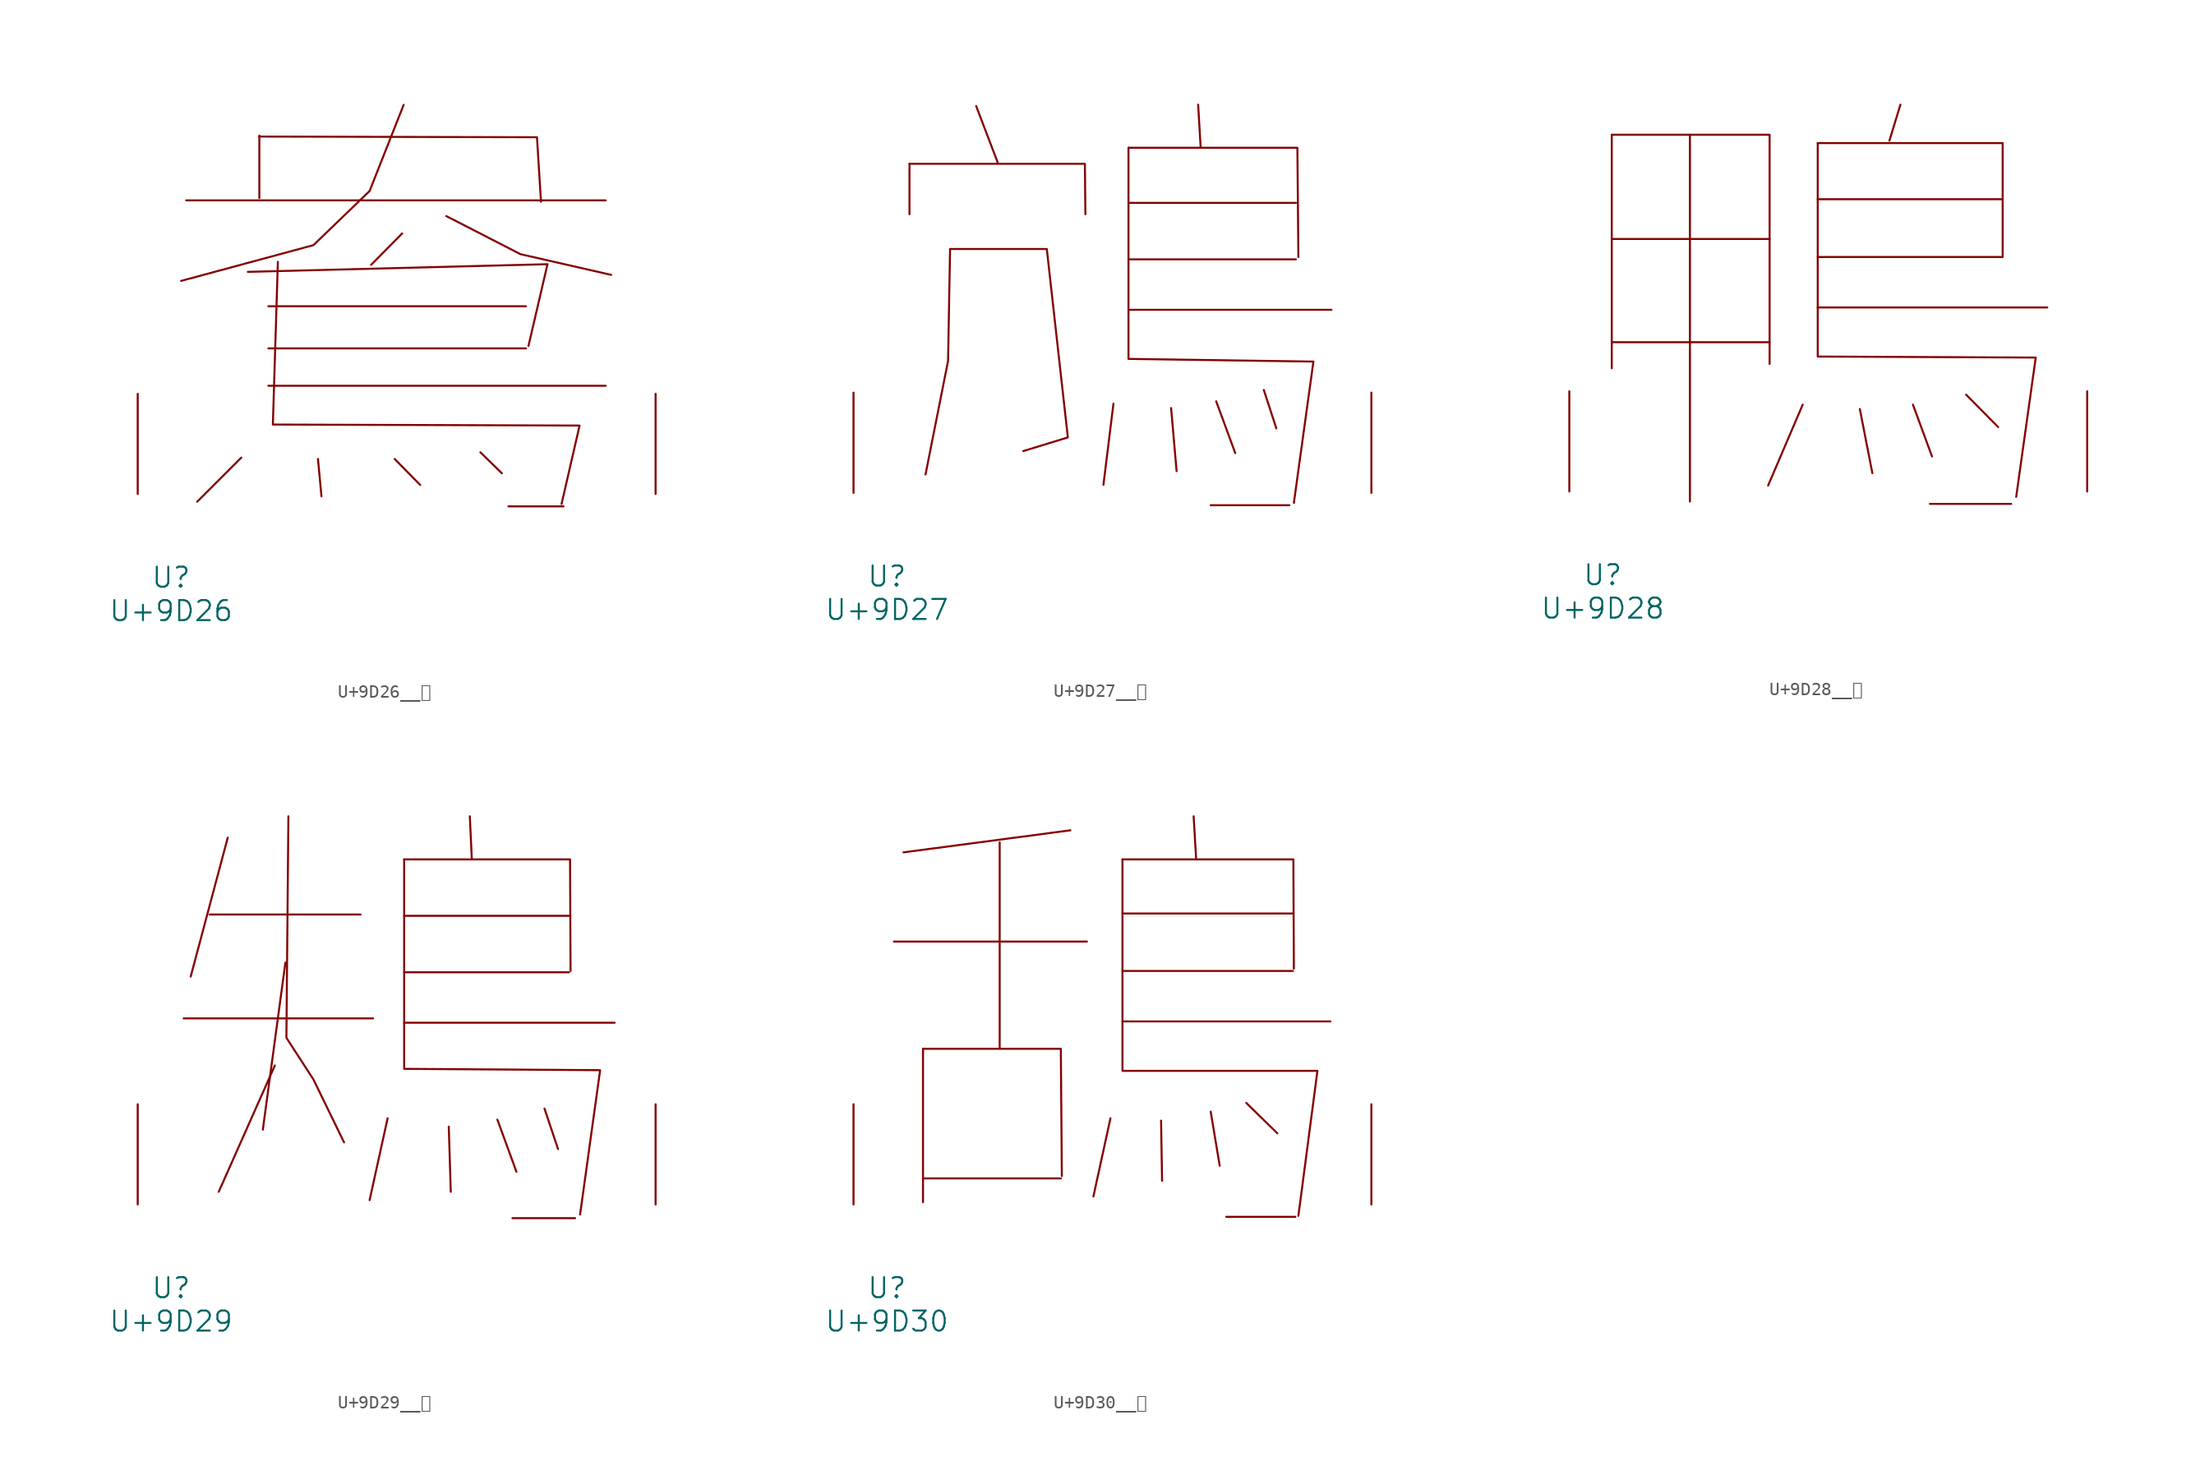
<source format=kicad_sym>
(kicad_symbol_lib
  (version 20231120)
  (generator "kicad_symbol_editor")
  (generator_version "8.0")
  (symbol "U+9D26__鴦"
    (pin_names
      (offset 1.016))
    (property "Reference" "U"
      (at 0 -6.35 0)
      (effects (font (size 1.524 1.524))))
    (property "Value" "U+9D26"
      (at 0 -8.89 0)
      (effects (font (size 1.524 1.524))))
    (symbol "U+9D26__鴦_0_1"
      (polyline (pts (xy 1.143 22.327) (xy 33.033 22.327)) (stroke (width 0) (type solid)) (fill (type none)))
      (polyline (pts (xy 5.334 2.769) (xy 1.981 -0.584)) (stroke (width 0) (type solid)) (fill (type none)))
      (polyline (pts (xy 6.706 27.254) (xy 6.706 22.504)) (stroke (width 0) (type solid)) (fill (type none)))
      (polyline (pts (xy 7.391 8.23) (xy 33.033 8.23)) (stroke (width 0) (type solid)) (fill (type none)))
      (polyline (pts (xy 7.391 11.074) (xy 26.975 11.074)) (stroke (width 0) (type solid)) (fill (type none)))
      (polyline (pts (xy 7.391 14.275) (xy 26.975 14.275)) (stroke (width 0) (type solid)) (fill (type none)))
      (polyline (pts (xy 11.163 2.667) (xy 11.43 -0.178)) (stroke (width 0) (type solid)) (fill (type none)))
      (polyline (pts (xy 16.993 2.667) (xy 18.936 0.686)) (stroke (width 0) (type solid)) (fill (type none)))
      (polyline (pts (xy 17.564 19.812) (xy 15.202 17.424)) (stroke (width 0) (type solid)) (fill (type none)))
      (polyline (pts (xy 23.508 3.175) (xy 25.146 1.575)) (stroke (width 0) (type solid)) (fill (type none)))
      (polyline (pts (xy 25.641 -0.94) (xy 29.832 -0.94)) (stroke (width 0) (type solid)) (fill (type none)))
      (polyline (pts (xy 5.829 16.891) (xy 28.613 17.475) (xy 27.165 11.252)) (stroke (width 0) (type solid)) (fill (type none)))
      (polyline (pts (xy 6.706 27.178) (xy 27.813 27.127) (xy 28.118 22.225)) (stroke (width 0) (type solid)) (fill (type none)))
      (polyline (pts (xy 20.917 21.133) (xy 26.556 18.237) (xy 33.452 16.662)) (stroke (width 0) (type solid)) (fill (type none)))
      (polyline (pts (xy 8.115 17.653) (xy 7.734 5.283) (xy 31.052 5.207) (xy 29.68 -0.762)) (stroke (width 0) (type solid)) (fill (type none)))
      (polyline (pts (xy 17.678 29.591) (xy 15.088 23.038) (xy 10.82 18.923) (xy 0.762 16.205)) (stroke (width 0) (type solid)) (fill (type none)))
      (pin input line (at -2.54 0 90) (length 7.62) (name "~" (effects (font (size 1.27 1.27)))) (number "~" (effects (font (size 1.27 1.27)))))
      (pin input line (at 36.83 0 90) (length 7.62) (name "~" (effects (font (size 1.27 1.27)))) (number "~" (effects (font (size 1.27 1.27)))))))
  (symbol "U+9D27__鴧"
    (pin_names
      (offset 1.016))
    (property "Reference" "U"
      (at 0 -6.35 0)
      (effects (font (size 1.524 1.524))))
    (property "Value" "U+9D27"
      (at 0 -8.89 0)
      (effects (font (size 1.524 1.524))))
    (symbol "U+9D27__鴧_0_1"
      (polyline (pts (xy 1.714 25.019) (xy 1.714 21.184)) (stroke (width 0) (type solid)) (fill (type none)))
      (polyline (pts (xy 6.782 29.413) (xy 8.42 25.121)) (stroke (width 0) (type solid)) (fill (type none)))
      (polyline (pts (xy 17.221 6.782) (xy 16.459 0.61)) (stroke (width 0) (type solid)) (fill (type none)))
      (polyline (pts (xy 18.364 13.919) (xy 33.795 13.919)) (stroke (width 0) (type solid)) (fill (type none)))
      (polyline (pts (xy 18.364 17.755) (xy 31.09 17.755)) (stroke (width 0) (type solid)) (fill (type none)))
      (polyline (pts (xy 18.364 22.047) (xy 31.09 22.047)) (stroke (width 0) (type solid)) (fill (type none)))
      (polyline (pts (xy 21.603 6.452) (xy 22.022 1.651)) (stroke (width 0) (type solid)) (fill (type none)))
      (polyline (pts (xy 23.66 29.515) (xy 23.851 26.238)) (stroke (width 0) (type solid)) (fill (type none)))
      (polyline (pts (xy 24.613 -0.94) (xy 30.594 -0.94)) (stroke (width 0) (type solid)) (fill (type none)))
      (polyline (pts (xy 25.032 6.96) (xy 26.48 3.023)) (stroke (width 0) (type solid)) (fill (type none)))
      (polyline (pts (xy 28.651 7.823) (xy 29.604 4.902)) (stroke (width 0) (type solid)) (fill (type none)))
      (polyline (pts (xy 1.714 25.019) (xy 15.05 25.019) (xy 15.088 21.184)) (stroke (width 0) (type solid)) (fill (type none)))
      (polyline (pts (xy 4.801 18.542) (xy 4.648 10.033) (xy 2.934 1.397)) (stroke (width 0) (type solid)) (fill (type none)))
      (polyline (pts (xy 18.364 26.238) (xy 31.204 26.238) (xy 31.28 17.932)) (stroke (width 0) (type solid)) (fill (type none)))
      (polyline (pts (xy 4.801 18.542) (xy 12.154 18.542) (xy 13.754 4.216) (xy 10.363 3.175)) (stroke (width 0) (type solid)) (fill (type none)))
      (polyline (pts (xy 18.364 26.238) (xy 18.364 10.185) (xy 32.423 9.982) (xy 30.937 -0.762)) (stroke (width 0) (type solid)) (fill (type none)))
      (pin input line (at -2.54 0 90) (length 7.62) (name "~" (effects (font (size 1.27 1.27)))) (number "~" (effects (font (size 1.27 1.27)))))
      (pin input line (at 36.83 0 90) (length 7.62) (name "~" (effects (font (size 1.27 1.27)))) (number "~" (effects (font (size 1.27 1.27)))))))
  (symbol "U+9D28__鴨"
    (pin_names
      (offset 1.016))
    (property "Reference" "U"
      (at 0 -6.35 0)
      (effects (font (size 1.524 1.524))))
    (property "Value" "U+9D28"
      (at 0 -8.89 0)
      (effects (font (size 1.524 1.524))))
    (symbol "U+9D28__鴨_0_1"
      (polyline (pts (xy 0.686 11.354) (xy 12.687 11.354)) (stroke (width 0) (type solid)) (fill (type none)))
      (polyline (pts (xy 0.686 19.202) (xy 12.687 19.202)) (stroke (width 0) (type solid)) (fill (type none)))
      (polyline (pts (xy 0.686 27.127) (xy 0.686 9.373)) (stroke (width 0) (type solid)) (fill (type none)))
      (polyline (pts (xy 6.629 27.127) (xy 6.629 -0.762)) (stroke (width 0) (type solid)) (fill (type none)))
      (polyline (pts (xy 15.202 6.604) (xy 12.573 0.457)) (stroke (width 0) (type solid)) (fill (type none)))
      (polyline (pts (xy 16.345 13.995) (xy 33.795 13.995)) (stroke (width 0) (type solid)) (fill (type none)))
      (polyline (pts (xy 16.345 17.831) (xy 30.404 17.831)) (stroke (width 0) (type solid)) (fill (type none)))
      (polyline (pts (xy 16.345 22.225) (xy 30.404 22.225)) (stroke (width 0) (type solid)) (fill (type none)))
      (polyline (pts (xy 19.545 6.274) (xy 20.498 1.397)) (stroke (width 0) (type solid)) (fill (type none)))
      (polyline (pts (xy 22.631 29.413) (xy 21.793 26.67)) (stroke (width 0) (type solid)) (fill (type none)))
      (polyline (pts (xy 23.584 6.604) (xy 25.032 2.667)) (stroke (width 0) (type solid)) (fill (type none)))
      (polyline (pts (xy 24.879 -0.94) (xy 31.052 -0.94)) (stroke (width 0) (type solid)) (fill (type none)))
      (polyline (pts (xy 27.622 7.366) (xy 30.061 4.902)) (stroke (width 0) (type solid)) (fill (type none)))
      (polyline (pts (xy 0.686 27.127) (xy 12.687 27.127) (xy 12.687 9.703)) (stroke (width 0) (type solid)) (fill (type none)))
      (polyline (pts (xy 16.345 26.492) (xy 30.404 26.492) (xy 30.404 17.932)) (stroke (width 0) (type solid)) (fill (type none)))
      (polyline (pts (xy 16.345 26.492) (xy 16.345 10.262) (xy 32.918 10.185) (xy 31.433 -0.406)) (stroke (width 0) (type solid)) (fill (type none)))
      (pin input line (at -2.54 0 90) (length 7.62) (name "~" (effects (font (size 1.27 1.27)))) (number "~" (effects (font (size 1.27 1.27)))))
      (pin input line (at 36.83 0 90) (length 7.62) (name "~" (effects (font (size 1.27 1.27)))) (number "~" (effects (font (size 1.27 1.27)))))))
  (symbol "U+9D29__鴩"
    (pin_names
      (offset 1.016))
    (property "Reference" "U"
      (at 0 -6.35 0)
      (effects (font (size 1.524 1.524))))
    (property "Value" "U+9D29"
      (at 0 -8.89 0)
      (effects (font (size 1.524 1.524))))
    (symbol "U+9D29__鴩_0_1"
      (polyline (pts (xy 0.953 14.148) (xy 15.354 14.148)) (stroke (width 0) (type solid)) (fill (type none)))
      (polyline (pts (xy 2.934 22.047) (xy 14.402 22.047)) (stroke (width 0) (type solid)) (fill (type none)))
      (polyline (pts (xy 4.305 27.889) (xy 1.486 17.323)) (stroke (width 0) (type solid)) (fill (type none)))
      (polyline (pts (xy 7.887 10.566) (xy 3.619 0.965)) (stroke (width 0) (type solid)) (fill (type none)))
      (polyline (pts (xy 8.687 18.39) (xy 6.972 5.69)) (stroke (width 0) (type solid)) (fill (type none)))
      (polyline (pts (xy 16.459 6.553) (xy 15.088 0.33)) (stroke (width 0) (type solid)) (fill (type none)))
      (polyline (pts (xy 17.716 13.818) (xy 33.718 13.818)) (stroke (width 0) (type solid)) (fill (type none)))
      (polyline (pts (xy 17.716 17.653) (xy 30.251 17.653)) (stroke (width 0) (type solid)) (fill (type none)))
      (polyline (pts (xy 17.716 21.946) (xy 30.251 21.946)) (stroke (width 0) (type solid)) (fill (type none)))
      (polyline (pts (xy 21.107 5.918) (xy 21.26 0.965)) (stroke (width 0) (type solid)) (fill (type none)))
      (polyline (pts (xy 22.708 29.515) (xy 22.86 26.238)) (stroke (width 0) (type solid)) (fill (type none)))
      (polyline (pts (xy 24.803 6.452) (xy 26.251 2.489)) (stroke (width 0) (type solid)) (fill (type none)))
      (polyline (pts (xy 25.946 -1.041) (xy 30.709 -1.041)) (stroke (width 0) (type solid)) (fill (type none)))
      (polyline (pts (xy 28.384 7.29) (xy 29.413 4.216)) (stroke (width 0) (type solid)) (fill (type none)))
      (polyline (pts (xy 17.716 26.238) (xy 30.328 26.238) (xy 30.366 17.755)) (stroke (width 0) (type solid)) (fill (type none)))
      (polyline (pts (xy 8.915 29.515) (xy 8.763 12.675) (xy 10.82 9.5) (xy 13.145 4.724)) (stroke (width 0) (type solid)) (fill (type none)))
      (polyline (pts (xy 17.716 26.238) (xy 17.716 10.312) (xy 32.614 10.211) (xy 31.09 -0.762)) (stroke (width 0) (type solid)) (fill (type none)))
      (pin input line (at -2.54 0 90) (length 7.62) (name "~" (effects (font (size 1.27 1.27)))) (number "~" (effects (font (size 1.27 1.27)))))
      (pin input line (at 36.83 0 90) (length 7.62) (name "~" (effects (font (size 1.27 1.27)))) (number "~" (effects (font (size 1.27 1.27)))))))
  (symbol "U+9D30__鴰"
    (pin_names
      (offset 1.016))
    (property "Reference" "U"
      (at 0 -6.35 0)
      (effects (font (size 1.524 1.524))))
    (property "Value" "U+9D30"
      (at 0 -8.89 0)
      (effects (font (size 1.524 1.524))))
    (symbol "U+9D30__鴰_0_1"
      (polyline (pts (xy 0.533 19.99) (xy 15.202 19.99)) (stroke (width 0) (type solid)) (fill (type none)))
      (polyline (pts (xy 2.743 1.981) (xy 13.221 1.981)) (stroke (width 0) (type solid)) (fill (type none)))
      (polyline (pts (xy 2.743 11.836) (xy 2.743 0.178)) (stroke (width 0) (type solid)) (fill (type none)))
      (polyline (pts (xy 8.572 27.534) (xy 8.572 11.938)) (stroke (width 0) (type solid)) (fill (type none)))
      (polyline (pts (xy 13.945 28.448) (xy 1.257 26.772)) (stroke (width 0) (type solid)) (fill (type none)))
      (polyline (pts (xy 16.993 6.553) (xy 15.697 0.61)) (stroke (width 0) (type solid)) (fill (type none)))
      (polyline (pts (xy 17.907 13.919) (xy 33.718 13.919)) (stroke (width 0) (type solid)) (fill (type none)))
      (polyline (pts (xy 17.907 17.755) (xy 30.861 17.755)) (stroke (width 0) (type solid)) (fill (type none)))
      (polyline (pts (xy 17.907 22.123) (xy 30.861 22.123)) (stroke (width 0) (type solid)) (fill (type none)))
      (polyline (pts (xy 20.841 6.375) (xy 20.917 1.803)) (stroke (width 0) (type solid)) (fill (type none)))
      (polyline (pts (xy 23.317 29.515) (xy 23.508 26.238)) (stroke (width 0) (type solid)) (fill (type none)))
      (polyline (pts (xy 24.613 7.061) (xy 25.298 2.946)) (stroke (width 0) (type solid)) (fill (type none)))
      (polyline (pts (xy 25.794 -0.94) (xy 31.052 -0.94)) (stroke (width 0) (type solid)) (fill (type none)))
      (polyline (pts (xy 27.318 7.722) (xy 29.68 5.41)) (stroke (width 0) (type solid)) (fill (type none)))
      (polyline (pts (xy 2.743 11.836) (xy 13.221 11.836) (xy 13.297 2.159)) (stroke (width 0) (type solid)) (fill (type none)))
      (polyline (pts (xy 17.907 26.238) (xy 30.899 26.238) (xy 30.937 17.932)) (stroke (width 0) (type solid)) (fill (type none)))
      (polyline (pts (xy 17.907 26.238) (xy 17.907 10.16) (xy 32.728 10.16) (xy 31.28 -0.864)) (stroke (width 0) (type solid)) (fill (type none)))
      (pin input line (at -2.54 0 90) (length 7.62) (name "~" (effects (font (size 1.27 1.27)))) (number "~" (effects (font (size 1.27 1.27)))))
      (pin input line (at 36.83 0 90) (length 7.62) (name "~" (effects (font (size 1.27 1.27)))) (number "~" (effects (font (size 1.27 1.27))))))))
</source>
